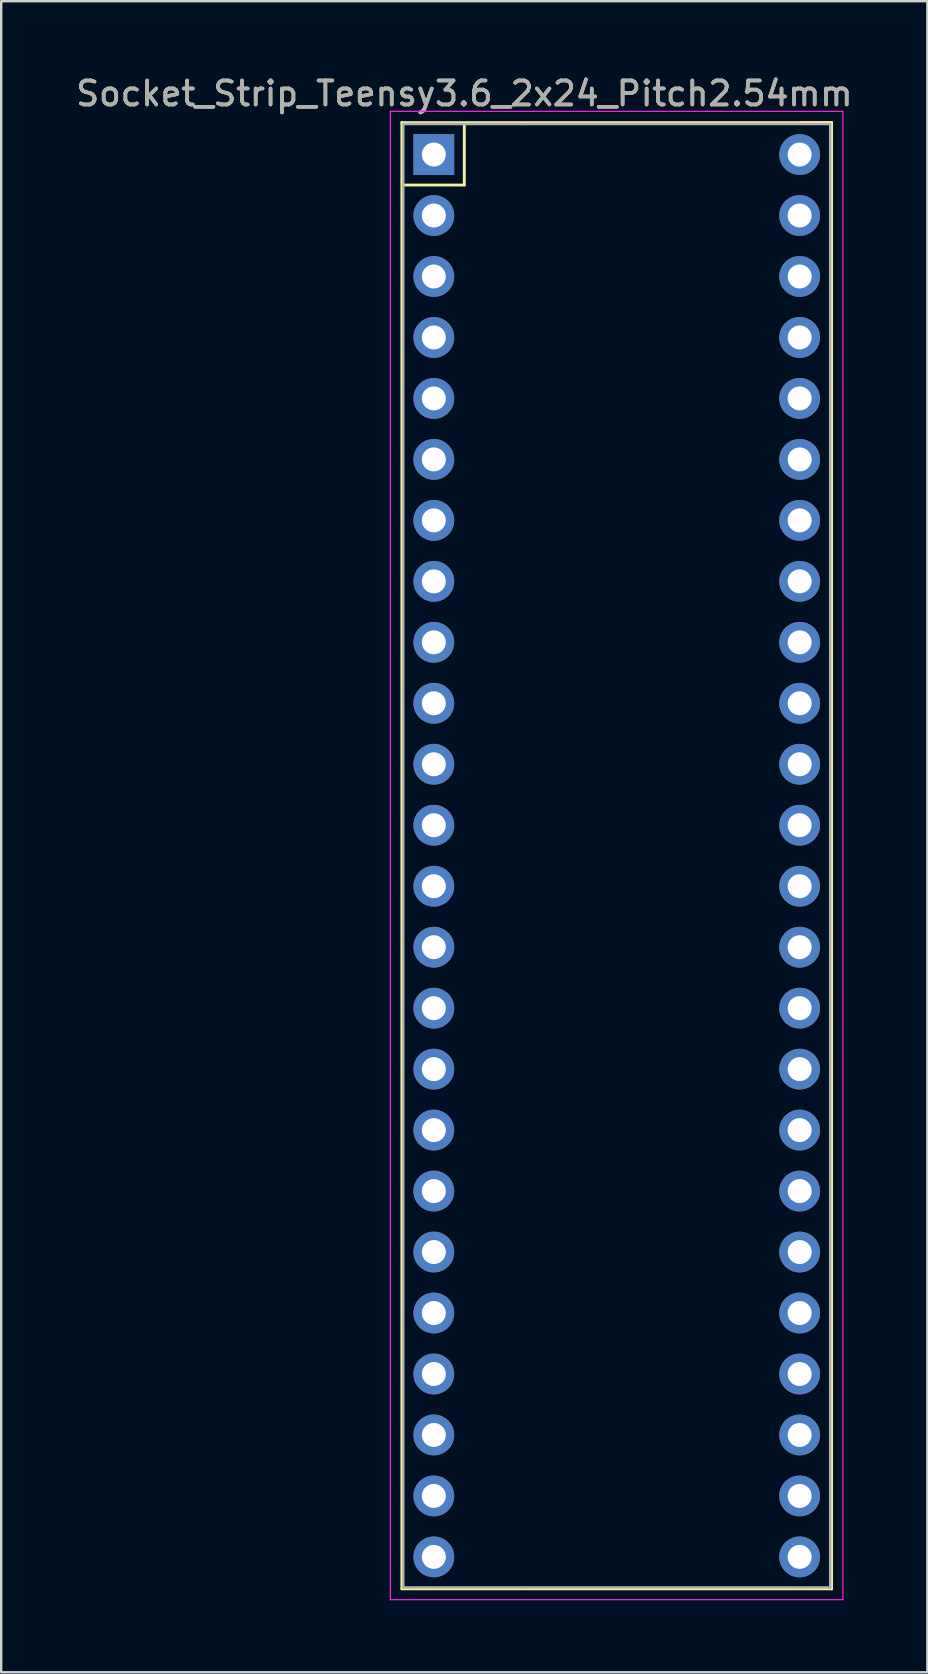
<source format=kicad_pcb>
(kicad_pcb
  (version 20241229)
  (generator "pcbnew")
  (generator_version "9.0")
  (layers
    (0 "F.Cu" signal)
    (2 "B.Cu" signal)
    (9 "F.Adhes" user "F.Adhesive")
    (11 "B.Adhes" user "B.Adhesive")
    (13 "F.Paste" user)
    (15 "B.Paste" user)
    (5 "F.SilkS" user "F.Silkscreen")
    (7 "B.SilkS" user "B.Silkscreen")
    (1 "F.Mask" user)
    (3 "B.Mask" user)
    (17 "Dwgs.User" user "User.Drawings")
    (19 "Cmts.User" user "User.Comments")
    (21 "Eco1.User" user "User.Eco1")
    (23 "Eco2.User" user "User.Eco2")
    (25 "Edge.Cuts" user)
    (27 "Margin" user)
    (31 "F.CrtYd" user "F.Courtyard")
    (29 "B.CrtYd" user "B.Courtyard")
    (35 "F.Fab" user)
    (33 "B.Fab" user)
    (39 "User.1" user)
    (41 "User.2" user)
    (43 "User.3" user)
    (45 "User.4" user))
  (footprint "Socket_Strip_Teensy3.6_2x24_Pitch2.54mm"
    (layer "F.Cu")
    (at 22.642 3.388)
    (property "Reference" "Socket_Strip_Teensy3.6_2x24_Pitch2.54mm" (at -6.35 -2.54 0) (layer "F.SilkS") (effects (font (size 1 1) (thickness 0.15))))
    (attr through_hole)
    (fp_line (start -8.95 -1.33) (end 8.95 -1.33) (stroke (width 0.12) (type solid)) (layer "F.SilkS"))
    (fp_line (start -8.95 59.75) (end -8.95 -1.33) (stroke (width 0.12) (type solid)) (layer "F.SilkS"))
    (fp_line (start -8.95 59.75) (end 8.95 59.75) (stroke (width 0.12) (type solid)) (layer "F.SilkS"))
    (fp_line (start -8.89 1.27) (end -6.35 1.27) (stroke (width 0.12) (type solid)) (layer "F.SilkS"))
    (fp_line (start -6.35 1.27) (end -6.35 -1.27) (stroke (width 0.12) (type solid)) (layer "F.SilkS"))
    (fp_line (start 8.95 -1.33) (end 7.68 -1.33) (stroke (width 0.12) (type solid)) (layer "F.SilkS"))
    (fp_line (start 8.95 1.27) (end 8.95 -1.33) (stroke (width 0.12) (type solid)) (layer "F.SilkS"))
    (fp_line (start 8.95 1.27) (end 8.95 59.75) (stroke (width 0.12) (type solid)) (layer "F.SilkS"))
    (fp_line (start -9.43 -1.8) (end -9.43 60.2) (stroke (width 0.05) (type solid)) (layer "F.CrtYd"))
    (fp_line (start -9.43 60.2) (end 9.42 60.2) (stroke (width 0.05) (type solid)) (layer "F.CrtYd"))
    (fp_line (start 9.42 -1.8) (end -9.43 -1.8) (stroke (width 0.05) (type solid)) (layer "F.CrtYd"))
    (fp_line (start 9.42 60.2) (end 9.42 -1.8) (stroke (width 0.05) (type solid)) (layer "F.CrtYd"))
    (fp_line (start -8.89 -1.27) (end -8.89 59.69) (stroke (width 0.1) (type solid)) (layer "F.Fab"))
    (fp_line (start -8.89 59.69) (end -3.81 59.69) (stroke (width 0.1) (type solid)) (layer "F.Fab"))
    (fp_line (start -3.81 -1.27) (end -8.89 -1.27) (stroke (width 0.1) (type solid)) (layer "F.Fab"))
    (fp_line (start -3.81 -1.27) (end 8.89 -1.27) (stroke (width 0.1) (type solid)) (layer "F.Fab"))
    (fp_line (start -3.81 59.69) (end 8.89 59.69) (stroke (width 0.1) (type solid)) (layer "F.Fab"))
    (fp_line (start 8.89 59.69) (end 8.89 -1.27) (stroke (width 0.1) (type solid)) (layer "F.Fab"))
    (fp_text user "${REFERENCE}" (at -6.35 -2.54 0) (layer "F.Fab") (effects (font (size 1 1) (thickness 0.15))))
    (pad "1" thru_hole rect (at -7.62 0) (size 1.7 1.7) (drill 1) (layers "*.Cu" "*.Mask"))
    (pad "2" thru_hole oval (at -7.62 2.54) (size 1.7 1.7) (drill 1) (layers "*.Cu" "*.Mask"))
    (pad "3" thru_hole oval (at -7.62 5.08) (size 1.7 1.7) (drill 1) (layers "*.Cu" "*.Mask"))
    (pad "4" thru_hole oval (at -7.62 7.62) (size 1.7 1.7) (drill 1) (layers "*.Cu" "*.Mask"))
    (pad "5" thru_hole oval (at -7.62 10.16) (size 1.7 1.7) (drill 1) (layers "*.Cu" "*.Mask"))
    (pad "6" thru_hole oval (at -7.62 12.7) (size 1.7 1.7) (drill 1) (layers "*.Cu" "*.Mask"))
    (pad "7" thru_hole oval (at -7.62 15.24) (size 1.7 1.7) (drill 1) (layers "*.Cu" "*.Mask"))
    (pad "8" thru_hole oval (at -7.62 17.78) (size 1.7 1.7) (drill 1) (layers "*.Cu" "*.Mask"))
    (pad "9" thru_hole oval (at -7.62 20.32) (size 1.7 1.7) (drill 1) (layers "*.Cu" "*.Mask"))
    (pad "10" thru_hole oval (at -7.62 22.86) (size 1.7 1.7) (drill 1) (layers "*.Cu" "*.Mask"))
    (pad "11" thru_hole oval (at -7.62 25.4) (size 1.7 1.7) (drill 1) (layers "*.Cu" "*.Mask"))
    (pad "12" thru_hole oval (at -7.62 27.94) (size 1.7 1.7) (drill 1) (layers "*.Cu" "*.Mask"))
    (pad "13" thru_hole oval (at -7.62 30.48) (size 1.7 1.7) (drill 1) (layers "*.Cu" "*.Mask"))
    (pad "14" thru_hole oval (at -7.62 33.02) (size 1.7 1.7) (drill 1) (layers "*.Cu" "*.Mask"))
    (pad "15" thru_hole oval (at -7.62 35.56) (size 1.7 1.7) (drill 1) (layers "*.Cu" "*.Mask"))
    (pad "16" thru_hole oval (at -7.62 38.1) (size 1.7 1.7) (drill 1) (layers "*.Cu" "*.Mask"))
    (pad "17" thru_hole oval (at -7.62 40.64) (size 1.7 1.7) (drill 1) (layers "*.Cu" "*.Mask"))
    (pad "18" thru_hole oval (at -7.62 43.18) (size 1.7 1.7) (drill 1) (layers "*.Cu" "*.Mask"))
    (pad "19" thru_hole oval (at -7.62 45.72) (size 1.7 1.7) (drill 1) (layers "*.Cu" "*.Mask"))
    (pad "20" thru_hole oval (at -7.62 48.26) (size 1.7 1.7) (drill 1) (layers "*.Cu" "*.Mask"))
    (pad "21" thru_hole oval (at -7.62 50.8) (size 1.7 1.7) (drill 1) (layers "*.Cu" "*.Mask"))
    (pad "22" thru_hole oval (at -7.62 53.34) (size 1.7 1.7) (drill 1) (layers "*.Cu" "*.Mask"))
    (pad "23" thru_hole oval (at -7.62 55.88) (size 1.7 1.7) (drill 1) (layers "*.Cu" "*.Mask"))
    (pad "24" thru_hole oval (at -7.62 58.42) (size 1.7 1.7) (drill 1) (layers "*.Cu" "*.Mask"))
    (pad "25" thru_hole oval (at 7.62 0) (size 1.7 1.7) (drill 1) (layers "*.Cu" "*.Mask"))
    (pad "26" thru_hole oval (at 7.62 2.54) (size 1.7 1.7) (drill 1) (layers "*.Cu" "*.Mask"))
    (pad "27" thru_hole oval (at 7.62 5.08) (size 1.7 1.7) (drill 1) (layers "*.Cu" "*.Mask"))
    (pad "28" thru_hole oval (at 7.62 7.62) (size 1.7 1.7) (drill 1) (layers "*.Cu" "*.Mask"))
    (pad "29" thru_hole oval (at 7.62 10.16) (size 1.7 1.7) (drill 1) (layers "*.Cu" "*.Mask"))
    (pad "30" thru_hole oval (at 7.62 12.7) (size 1.7 1.7) (drill 1) (layers "*.Cu" "*.Mask"))
    (pad "31" thru_hole oval (at 7.62 15.24) (size 1.7 1.7) (drill 1) (layers "*.Cu" "*.Mask"))
    (pad "32" thru_hole oval (at 7.62 17.78) (size 1.7 1.7) (drill 1) (layers "*.Cu" "*.Mask"))
    (pad "33" thru_hole oval (at 7.62 20.32) (size 1.7 1.7) (drill 1) (layers "*.Cu" "*.Mask"))
    (pad "34" thru_hole oval (at 7.62 22.86) (size 1.7 1.7) (drill 1) (layers "*.Cu" "*.Mask"))
    (pad "35" thru_hole oval (at 7.62 25.4) (size 1.7 1.7) (drill 1) (layers "*.Cu" "*.Mask"))
    (pad "36" thru_hole oval (at 7.62 27.94) (size 1.7 1.7) (drill 1) (layers "*.Cu" "*.Mask"))
    (pad "37" thru_hole oval (at 7.62 30.48) (size 1.7 1.7) (drill 1) (layers "*.Cu" "*.Mask"))
    (pad "38" thru_hole oval (at 7.62 33.02) (size 1.7 1.7) (drill 1) (layers "*.Cu" "*.Mask"))
    (pad "39" thru_hole oval (at 7.62 35.56) (size 1.7 1.7) (drill 1) (layers "*.Cu" "*.Mask"))
    (pad "40" thru_hole oval (at 7.62 38.1) (size 1.7 1.7) (drill 1) (layers "*.Cu" "*.Mask"))
    (pad "41" thru_hole oval (at 7.62 40.64) (size 1.7 1.7) (drill 1) (layers "*.Cu" "*.Mask"))
    (pad "42" thru_hole oval (at 7.62 43.18) (size 1.7 1.7) (drill 1) (layers "*.Cu" "*.Mask"))
    (pad "43" thru_hole oval (at 7.62 45.72) (size 1.7 1.7) (drill 1) (layers "*.Cu" "*.Mask"))
    (pad "44" thru_hole oval (at 7.62 48.26) (size 1.7 1.7) (drill 1) (layers "*.Cu" "*.Mask"))
    (pad "45" thru_hole oval (at 7.62 50.8) (size 1.7 1.7) (drill 1) (layers "*.Cu" "*.Mask"))
    (pad "46" thru_hole oval (at 7.62 53.34) (size 1.7 1.7) (drill 1) (layers "*.Cu" "*.Mask"))
    (pad "47" thru_hole oval (at 7.62 55.88) (size 1.7 1.7) (drill 1) (layers "*.Cu" "*.Mask"))
    (pad "48" thru_hole oval (at 7.62 58.42) (size 1.7 1.7) (drill 1) (layers "*.Cu" "*.Mask")))
  (gr_rect
    (start -3 -3)
    (end 35.583 66.613)
    (stroke (width 0.1) (type default))
    (fill no)
    (layer "Edge.Cuts")))
</source>
